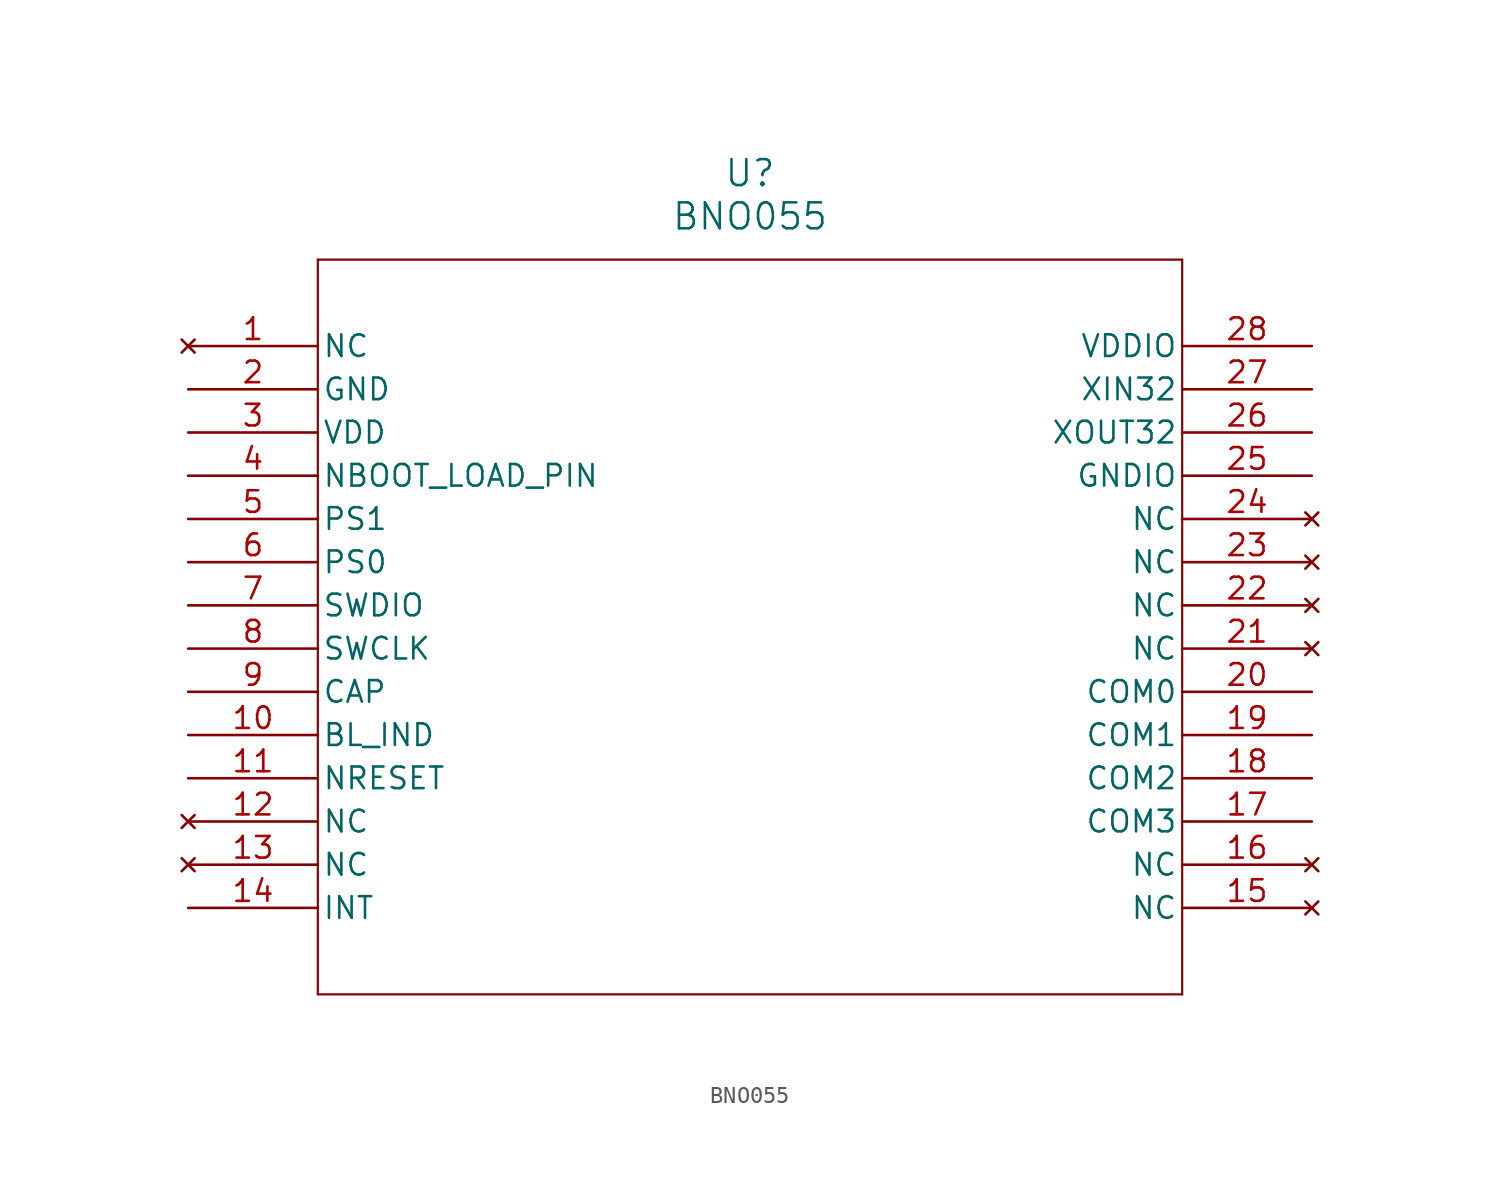
<source format=kicad_sym>
(kicad_symbol_lib
  (version 20211014)
  (generator kicad_symbol_editor)
  (symbol "BNO055"
    (pin_names
      (offset 0.254))
    (property "Reference" "U"
      (at 33.02 10.16 0)
      (effects (font (size 1.524 1.524))))
    (property "Value" "BNO055"
      (at 33.02 7.62 0)
      (effects (font (size 1.524 1.524))))
    (symbol "BNO055_0_1"
      (polyline (pts (xy 7.62 5.08) (xy 7.62 -38.1)) (stroke (width 0.127) (type default) (color 0 0 0 0)) (fill (type none)))
      (polyline (pts (xy 7.62 -38.1) (xy 58.42 -38.1)) (stroke (width 0.127) (type default) (color 0 0 0 0)) (fill (type none)))
      (polyline (pts (xy 58.42 -38.1) (xy 58.42 5.08)) (stroke (width 0.127) (type default) (color 0 0 0 0)) (fill (type none)))
      (polyline (pts (xy 58.42 5.08) (xy 7.62 5.08)) (stroke (width 0.127) (type default) (color 0 0 0 0)) (fill (type none)))
      (pin no_connect line (at 0 0 0) (length 7.62) (name "NC" (effects (font (size 1.27 1.27)))) (number "1" (effects (font (size 1.27 1.27)))))
      (pin power_out line (at 0 -2.54 0) (length 7.62) (name "GND" (effects (font (size 1.27 1.27)))) (number "2" (effects (font (size 1.27 1.27)))))
      (pin power_in line (at 0 -5.08 0) (length 7.62) (name "VDD" (effects (font (size 1.27 1.27)))) (number "3" (effects (font (size 1.27 1.27)))))
      (pin input line (at 0 -7.62 0) (length 7.62) (name "NBOOT_LOAD_PIN" (effects (font (size 1.27 1.27)))) (number "4" (effects (font (size 1.27 1.27)))))
      (pin input line (at 0 -10.16 0) (length 7.62) (name "PS1" (effects (font (size 1.27 1.27)))) (number "5" (effects (font (size 1.27 1.27)))))
      (pin input line (at 0 -12.7 0) (length 7.62) (name "PS0" (effects (font (size 1.27 1.27)))) (number "6" (effects (font (size 1.27 1.27)))))
      (pin bidirectional line (at 0 -15.24 0) (length 7.62) (name "SWDIO" (effects (font (size 1.27 1.27)))) (number "7" (effects (font (size 1.27 1.27)))))
      (pin input line (at 0 -17.78 0) (length 7.62) (name "SWCLK" (effects (font (size 1.27 1.27)))) (number "8" (effects (font (size 1.27 1.27)))))
      (pin unspecified line (at 0 -20.32 0) (length 7.62) (name "CAP" (effects (font (size 1.27 1.27)))) (number "9" (effects (font (size 1.27 1.27)))))
      (pin output line (at 0 -22.86 0) (length 7.62) (name "BL_IND" (effects (font (size 1.27 1.27)))) (number "10" (effects (font (size 1.27 1.27)))))
      (pin unspecified line (at 0 -25.4 0) (length 7.62) (name "NRESET" (effects (font (size 1.27 1.27)))) (number "11" (effects (font (size 1.27 1.27)))))
      (pin no_connect line (at 0 -27.94 0) (length 7.62) (name "NC" (effects (font (size 1.27 1.27)))) (number "12" (effects (font (size 1.27 1.27)))))
      (pin no_connect line (at 0 -30.48 0) (length 7.62) (name "NC" (effects (font (size 1.27 1.27)))) (number "13" (effects (font (size 1.27 1.27)))))
      (pin output line (at 0 -33.02 0) (length 7.62) (name "INT" (effects (font (size 1.27 1.27)))) (number "14" (effects (font (size 1.27 1.27)))))
      (pin no_connect line (at 66.04 -33.02 180) (length 7.62) (name "NC" (effects (font (size 1.27 1.27)))) (number "15" (effects (font (size 1.27 1.27)))))
      (pin no_connect line (at 66.04 -30.48 180) (length 7.62) (name "NC" (effects (font (size 1.27 1.27)))) (number "16" (effects (font (size 1.27 1.27)))))
      (pin input line (at 66.04 -27.94 180) (length 7.62) (name "COM3" (effects (font (size 1.27 1.27)))) (number "17" (effects (font (size 1.27 1.27)))))
      (pin bidirectional line (at 66.04 -25.4 180) (length 7.62) (name "COM2" (effects (font (size 1.27 1.27)))) (number "18" (effects (font (size 1.27 1.27)))))
      (pin bidirectional line (at 66.04 -22.86 180) (length 7.62) (name "COM1" (effects (font (size 1.27 1.27)))) (number "19" (effects (font (size 1.27 1.27)))))
      (pin bidirectional line (at 66.04 -20.32 180) (length 7.62) (name "COM0" (effects (font (size 1.27 1.27)))) (number "20" (effects (font (size 1.27 1.27)))))
      (pin no_connect line (at 66.04 -17.78 180) (length 7.62) (name "NC" (effects (font (size 1.27 1.27)))) (number "21" (effects (font (size 1.27 1.27)))))
      (pin no_connect line (at 66.04 -15.24 180) (length 7.62) (name "NC" (effects (font (size 1.27 1.27)))) (number "22" (effects (font (size 1.27 1.27)))))
      (pin no_connect line (at 66.04 -12.7 180) (length 7.62) (name "NC" (effects (font (size 1.27 1.27)))) (number "23" (effects (font (size 1.27 1.27)))))
      (pin no_connect line (at 66.04 -10.16 180) (length 7.62) (name "NC" (effects (font (size 1.27 1.27)))) (number "24" (effects (font (size 1.27 1.27)))))
      (pin power_out line (at 66.04 -7.62 180) (length 7.62) (name "GNDIO" (effects (font (size 1.27 1.27)))) (number "25" (effects (font (size 1.27 1.27)))))
      (pin output line (at 66.04 -5.08 180) (length 7.62) (name "XOUT32" (effects (font (size 1.27 1.27)))) (number "26" (effects (font (size 1.27 1.27)))))
      (pin input line (at 66.04 -2.54 180) (length 7.62) (name "XIN32" (effects (font (size 1.27 1.27)))) (number "27" (effects (font (size 1.27 1.27)))))
      (pin power_in line (at 66.04 0 180) (length 7.62) (name "VDDIO" (effects (font (size 1.27 1.27)))) (number "28" (effects (font (size 1.27 1.27))))))))
</source>
